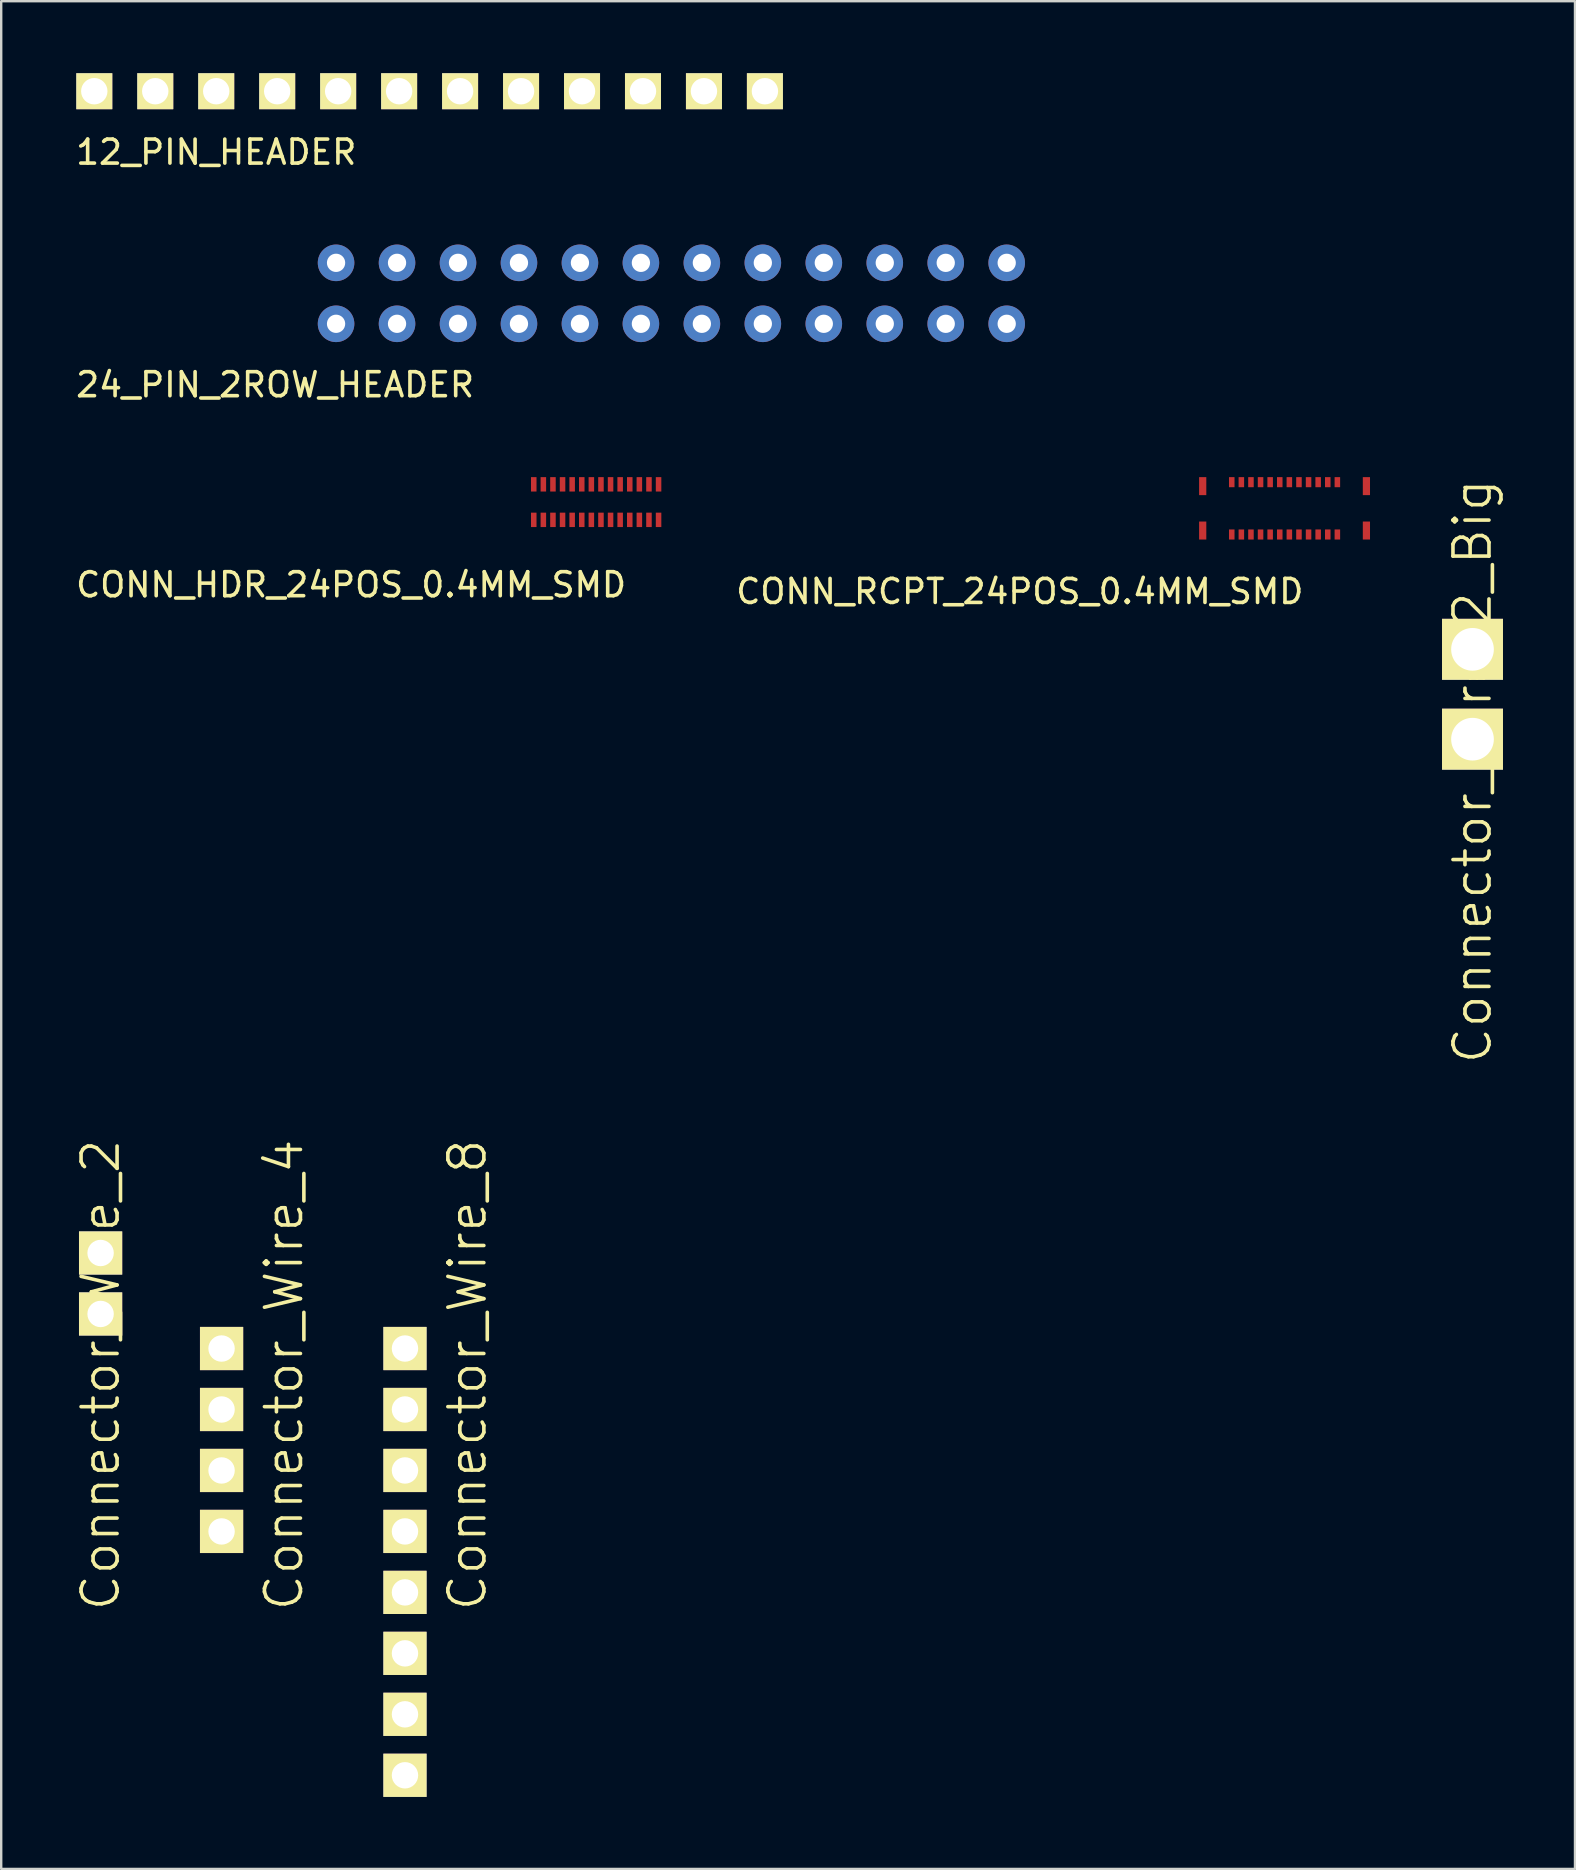
<source format=kicad_pcb>
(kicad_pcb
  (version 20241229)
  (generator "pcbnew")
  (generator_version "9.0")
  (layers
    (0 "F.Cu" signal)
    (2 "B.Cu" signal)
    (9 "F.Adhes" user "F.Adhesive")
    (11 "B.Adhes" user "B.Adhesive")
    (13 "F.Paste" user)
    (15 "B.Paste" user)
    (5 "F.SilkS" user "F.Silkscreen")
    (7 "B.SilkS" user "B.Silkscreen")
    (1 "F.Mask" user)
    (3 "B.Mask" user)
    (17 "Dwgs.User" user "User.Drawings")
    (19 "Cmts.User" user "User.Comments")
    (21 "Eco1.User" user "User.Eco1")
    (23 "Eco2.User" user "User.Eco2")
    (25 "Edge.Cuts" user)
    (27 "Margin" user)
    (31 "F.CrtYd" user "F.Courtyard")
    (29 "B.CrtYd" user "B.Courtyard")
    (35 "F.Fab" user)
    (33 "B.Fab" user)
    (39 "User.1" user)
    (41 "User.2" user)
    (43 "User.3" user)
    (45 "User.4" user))
  (footprint "CONN_RCPT_24POS_0.4MM_SMD"
    (layer "F.Cu")
    (at 47.057 19.053)
    (property "Reference" "CONN_RCPT_24POS_0.4MM_SMD" (at -7.62 2.54 0) (layer "F.SilkS") (effects (font (size 1 1) (thickness 0.15))))
    (attr through_hole)
    (pad "" connect rect (at 0 -1.85) (size 0.3 0.75) (layers "F.Cu" "F.Mask"))
    (pad "" smd rect (at 0 0) (size 0.3 0.75) (layers "F.Cu" "F.Mask" "F.Paste"))
    (pad "" smd rect (at 6.82 -1.85) (size 0.3 0.75) (layers "F.Cu" "F.Mask" "F.Paste"))
    (pad "" smd rect (at 6.82 0) (size 0.3 0.75) (layers "F.Cu" "F.Mask" "F.Paste"))
    (pad "1" smd rect (at 1.21 0.165) (size 0.23 0.42) (layers "F.Cu" "F.Mask" "F.Paste"))
    (pad "2" smd rect (at 1.61 0.165) (size 0.23 0.42) (layers "F.Cu" "F.Mask" "F.Paste"))
    (pad "3" smd rect (at 2.01 0.165) (size 0.23 0.42) (layers "F.Cu" "F.Mask" "F.Paste"))
    (pad "4" smd rect (at 2.41 0.165) (size 0.23 0.42) (layers "F.Cu" "F.Mask" "F.Paste"))
    (pad "5" smd rect (at 2.81 0.165) (size 0.23 0.42) (layers "F.Cu" "F.Mask" "F.Paste"))
    (pad "6" smd rect (at 3.21 0.165) (size 0.23 0.42) (layers "F.Cu" "F.Mask" "F.Paste"))
    (pad "7" smd rect (at 3.61 0.165) (size 0.23 0.42) (layers "F.Cu" "F.Mask" "F.Paste"))
    (pad "8" smd rect (at 4.01 0.165) (size 0.23 0.42) (layers "F.Cu" "F.Mask" "F.Paste"))
    (pad "9" smd rect (at 4.41 0.165) (size 0.23 0.42) (layers "F.Cu" "F.Mask" "F.Paste"))
    (pad "10" smd rect (at 4.81 0.165) (size 0.23 0.42) (layers "F.Cu" "F.Mask" "F.Paste"))
    (pad "11" smd rect (at 5.21 0.165) (size 0.23 0.42) (layers "F.Cu" "F.Mask" "F.Paste"))
    (pad "12" smd rect (at 5.61 0.165) (size 0.23 0.42) (layers "F.Cu" "F.Mask" "F.Paste"))
    (pad "13" smd rect (at 5.61 -2.015) (size 0.23 0.42) (layers "F.Cu" "F.Mask" "F.Paste"))
    (pad "14" smd rect (at 5.21 -2.015) (size 0.23 0.42) (layers "F.Cu" "F.Mask" "F.Paste"))
    (pad "15" smd rect (at 4.81 -2.015) (size 0.23 0.42) (layers "F.Cu" "F.Mask" "F.Paste"))
    (pad "16" smd rect (at 4.41 -2.015) (size 0.23 0.42) (layers "F.Cu" "F.Mask" "F.Paste"))
    (pad "17" smd rect (at 4.01 -2.015) (size 0.23 0.42) (layers "F.Cu" "F.Mask" "F.Paste"))
    (pad "18" smd rect (at 3.61 -2.015) (size 0.23 0.42) (layers "F.Cu" "F.Mask" "F.Paste"))
    (pad "19" smd rect (at 3.21 -2.015) (size 0.23 0.42) (layers "F.Cu" "F.Mask" "F.Paste"))
    (pad "20" smd rect (at 2.81 -2.015) (size 0.23 0.42) (layers "F.Cu" "F.Mask" "F.Paste"))
    (pad "21" smd rect (at 2.41 -2.015) (size 0.23 0.42) (layers "F.Cu" "F.Mask" "F.Paste"))
    (pad "22" smd rect (at 2.01 -2.015) (size 0.23 0.42) (layers "F.Cu" "F.Mask" "F.Paste"))
    (pad "23" smd rect (at 1.61 -2.015) (size 0.23 0.42) (layers "F.Cu" "F.Mask" "F.Paste"))
    (pad "24" smd rect (at 1.21 -2.015) (size 0.23 0.42) (layers "F.Cu" "F.Mask" "F.Paste")))
  (footprint "Connector_Wire_2"
    (layer "F.Cu")
    (at 1.141 61.852)
    (property "Reference" "Connector_Wire_2" (at 0 -7.62 90) (layer "F.SilkS") (effects (font (size 1.5 1.5) (thickness 0.15))))
    (attr through_hole)
    (pad "1" thru_hole rect (at 0 -12.7) (size 1.8 1.8) (drill 1.1) (layers "*.Cu" "*.Mask" "F.SilkS"))
    (pad "2" thru_hole rect (at 0 -10.16) (size 1.8 1.8) (drill 1.1) (layers "*.Cu" "*.Mask" "F.SilkS")))
  (footprint "Connector_Wire_4"
    (layer "F.Cu")
    (at 6.181 65.832)
    (property "Reference" "Connector_Wire_4" (at 2.6 -11.6 90) (layer "F.SilkS") (effects (font (size 1.5 1.5) (thickness 0.15))))
    (attr through_hole)
    (pad "1" thru_hole rect (at 0 -12.7) (size 1.8 1.8) (drill 1.1) (layers "*.Cu" "*.Mask" "F.SilkS"))
    (pad "2" thru_hole rect (at 0 -10.16) (size 1.8 1.8) (drill 1.1) (layers "*.Cu" "*.Mask" "F.SilkS"))
    (pad "3" thru_hole rect (at 0 -7.62) (size 1.8 1.8) (drill 1.1) (layers "*.Cu" "*.Mask" "F.SilkS"))
    (pad "4" thru_hole rect (at 0 -5.08) (size 1.8 1.8) (drill 1.1) (layers "*.Cu" "*.Mask" "F.SilkS")))
  (footprint "Connector_Wire_2_Big"
    (layer "F.Cu")
    (at 58.297 36.702)
    (property "Reference" "Connector_Wire_2_Big" (at 0 -7.62 90) (layer "F.SilkS") (effects (font (size 1.5 1.5) (thickness 0.15))))
    (attr through_hole)
    (pad "1" thru_hole rect (at 0 -12.7) (size 2.54 2.54) (drill 1.778) (layers "*.Cu" "*.Mask" "F.SilkS"))
    (pad "2" thru_hole rect (at 0 -8.956) (size 2.54 2.54) (drill 1.778) (layers "*.Cu" "*.Mask" "F.SilkS")))
  (footprint "CONN_HDR_24POS_0.4MM_SMD"
    (layer "F.Cu")
    (at 19.197 18.773)
    (property "Reference" "CONN_HDR_24POS_0.4MM_SMD" (at -7.62 2.54 0) (layer "F.SilkS") (effects (font (size 1 1) (thickness 0.15))))
    (attr through_hole)
    (pad "" smd rect (at -0.01 -1.645) (size 0.23 0.6) (layers "F.Cu" "F.Mask" "F.Paste"))
    (pad "" smd rect (at -0.01 -0.165) (size 0.23 0.6) (layers "F.Cu" "F.Mask" "F.Paste"))
    (pad "" smd rect (at 5.19 -1.645) (size 0.23 0.6) (layers "F.Cu" "F.Mask" "F.Paste"))
    (pad "" smd rect (at 5.19 -0.165) (size 0.23 0.6) (layers "F.Cu" "F.Mask" "F.Paste"))
    (pad "1" smd rect (at 0.39 -0.165) (size 0.23 0.6) (layers "F.Cu" "F.Mask" "F.Paste"))
    (pad "2" smd rect (at 0.79 -0.165) (size 0.23 0.6) (layers "F.Cu" "F.Mask" "F.Paste"))
    (pad "3" smd rect (at 1.19 -0.165) (size 0.23 0.6) (layers "F.Cu" "F.Mask" "F.Paste"))
    (pad "4" smd rect (at 1.59 -0.165) (size 0.23 0.6) (layers "F.Cu" "F.Mask" "F.Paste"))
    (pad "5" smd rect (at 1.99 -0.165) (size 0.23 0.6) (layers "F.Cu" "F.Mask" "F.Paste"))
    (pad "6" smd rect (at 2.39 -0.165) (size 0.23 0.6) (layers "F.Cu" "F.Mask" "F.Paste"))
    (pad "7" smd rect (at 2.79 -0.165) (size 0.23 0.6) (layers "F.Cu" "F.Mask" "F.Paste"))
    (pad "8" smd rect (at 3.19 -0.165) (size 0.23 0.6) (layers "F.Cu" "F.Mask" "F.Paste"))
    (pad "9" smd rect (at 3.59 -0.165) (size 0.23 0.6) (layers "F.Cu" "F.Mask" "F.Paste"))
    (pad "10" smd rect (at 3.99 -0.165) (size 0.23 0.6) (layers "F.Cu" "F.Mask" "F.Paste"))
    (pad "11" smd rect (at 4.39 -0.165) (size 0.23 0.6) (layers "F.Cu" "F.Mask" "F.Paste"))
    (pad "12" smd rect (at 4.79 -0.165) (size 0.23 0.6) (layers "F.Cu" "F.Mask" "F.Paste"))
    (pad "13" smd rect (at 4.79 -1.645) (size 0.23 0.6) (layers "F.Cu" "F.Mask" "F.Paste"))
    (pad "14" smd rect (at 4.39 -1.645) (size 0.23 0.6) (layers "F.Cu" "F.Mask" "F.Paste"))
    (pad "15" smd rect (at 3.99 -1.645) (size 0.23 0.6) (layers "F.Cu" "F.Mask" "F.Paste"))
    (pad "16" smd rect (at 3.59 -1.645) (size 0.23 0.6) (layers "F.Cu" "F.Mask" "F.Paste"))
    (pad "17" smd rect (at 3.19 -1.645) (size 0.23 0.6) (layers "F.Cu" "F.Mask" "F.Paste"))
    (pad "18" smd rect (at 2.79 -1.645) (size 0.23 0.6) (layers "F.Cu" "F.Mask" "F.Paste"))
    (pad "19" smd rect (at 2.39 -1.645) (size 0.23 0.6) (layers "F.Cu" "F.Mask" "F.Paste"))
    (pad "20" smd rect (at 1.99 -1.645) (size 0.23 0.6) (layers "F.Cu" "F.Mask" "F.Paste"))
    (pad "21" smd rect (at 1.59 -1.645) (size 0.23 0.6) (layers "F.Cu" "F.Mask" "F.Paste"))
    (pad "22" smd rect (at 1.19 -1.645) (size 0.23 0.6) (layers "F.Cu" "F.Mask" "F.Paste"))
    (pad "23" smd rect (at 0.79 -1.645) (size 0.23 0.6) (layers "F.Cu" "F.Mask" "F.Paste"))
    (pad "24" smd rect (at 0.39 -1.645) (size 0.23 0.6) (layers "F.Cu" "F.Mask" "F.Paste")))
  (footprint "Connector_Wire_8"
    (layer "F.Cu")
    (at 13.822 65.832)
    (property "Reference" "Connector_Wire_8" (at 2.6 -11.6 90) (layer "F.SilkS") (effects (font (size 1.5 1.5) (thickness 0.15))))
    (attr through_hole)
    (pad "1" thru_hole rect (at 0 -12.7) (size 1.8 1.8) (drill 1.1) (layers "*.Cu" "*.Mask" "F.SilkS"))
    (pad "2" thru_hole rect (at 0 -10.16) (size 1.8 1.8) (drill 1.1) (layers "*.Cu" "*.Mask" "F.SilkS"))
    (pad "3" thru_hole rect (at 0 -7.62) (size 1.8 1.8) (drill 1.1) (layers "*.Cu" "*.Mask" "F.SilkS"))
    (pad "4" thru_hole rect (at 0 -5.08) (size 1.8 1.8) (drill 1.1) (layers "*.Cu" "*.Mask" "F.SilkS"))
    (pad "5" thru_hole rect (at 0 -2.54) (size 1.8 1.8) (drill 1.1) (layers "*.Cu" "*.Mask" "F.SilkS"))
    (pad "6" thru_hole rect (at 0 0) (size 1.8 1.8) (drill 1.1) (layers "*.Cu" "*.Mask" "F.SilkS"))
    (pad "7" thru_hole rect (at 0 2.54) (size 1.8 1.8) (drill 1.1) (layers "*.Cu" "*.Mask" "F.SilkS"))
    (pad "8" thru_hole rect (at 0 5.08) (size 1.8 1.8) (drill 1.1) (layers "*.Cu" "*.Mask" "F.SilkS")))
  (footprint "24_PIN_2ROW_HEADER"
    (layer "F.Cu")
    (at 10.951 10.44)
    (property "Reference" "24_PIN_2ROW_HEADER" (at -2.54 2.54 0) (layer "F.SilkS") (effects (font (size 1 1) (thickness 0.15))))
    (attr through_hole)
    (pad "1" thru_hole circle (at 0 0) (size 1.524 1.524) (drill 0.762) (layers "*.Cu" "*.Mask"))
    (pad "2" thru_hole circle (at 2.54 0) (size 1.524 1.524) (drill 0.762) (layers "*.Cu" "*.Mask"))
    (pad "3" thru_hole circle (at 5.08 0) (size 1.524 1.524) (drill 0.762) (layers "*.Cu" "*.Mask"))
    (pad "4" thru_hole circle (at 7.62 0) (size 1.524 1.524) (drill 0.762) (layers "*.Cu" "*.Mask"))
    (pad "5" thru_hole circle (at 10.16 0) (size 1.524 1.524) (drill 0.762) (layers "*.Cu" "*.Mask"))
    (pad "6" thru_hole circle (at 12.7 0) (size 1.524 1.524) (drill 0.762) (layers "*.Cu" "*.Mask"))
    (pad "7" thru_hole circle (at 15.24 0) (size 1.524 1.524) (drill 0.762) (layers "*.Cu" "*.Mask"))
    (pad "8" thru_hole circle (at 17.78 0) (size 1.524 1.524) (drill 0.762) (layers "*.Cu" "*.Mask"))
    (pad "9" thru_hole circle (at 20.32 0) (size 1.524 1.524) (drill 0.762) (layers "*.Cu" "*.Mask"))
    (pad "10" thru_hole circle (at 22.86 0) (size 1.524 1.524) (drill 0.762) (layers "*.Cu" "*.Mask"))
    (pad "11" thru_hole circle (at 25.4 0) (size 1.524 1.524) (drill 0.762) (layers "*.Cu" "*.Mask"))
    (pad "12" thru_hole circle (at 27.94 0) (size 1.524 1.524) (drill 0.762) (layers "*.Cu" "*.Mask"))
    (pad "13" thru_hole circle (at 27.94 -2.54) (size 1.524 1.524) (drill 0.762) (layers "*.Cu" "*.Mask"))
    (pad "14" thru_hole circle (at 25.4 -2.54) (size 1.524 1.524) (drill 0.762) (layers "*.Cu" "*.Mask"))
    (pad "15" thru_hole circle (at 22.86 -2.54) (size 1.524 1.524) (drill 0.762) (layers "*.Cu" "*.Mask"))
    (pad "16" thru_hole circle (at 20.32 -2.54) (size 1.524 1.524) (drill 0.762) (layers "*.Cu" "*.Mask"))
    (pad "17" thru_hole circle (at 17.78 -2.54) (size 1.524 1.524) (drill 0.762) (layers "*.Cu" "*.Mask"))
    (pad "18" thru_hole circle (at 15.24 -2.54) (size 1.524 1.524) (drill 0.762) (layers "*.Cu" "*.Mask"))
    (pad "19" thru_hole circle (at 12.7 -2.54) (size 1.524 1.524) (drill 0.762) (layers "*.Cu" "*.Mask"))
    (pad "20" thru_hole circle (at 10.16 -2.54) (size 1.524 1.524) (drill 0.762) (layers "*.Cu" "*.Mask"))
    (pad "21" thru_hole circle (at 7.62 -2.54) (size 1.524 1.524) (drill 0.762) (layers "*.Cu" "*.Mask"))
    (pad "22" thru_hole circle (at 5.08 -2.54) (size 1.524 1.524) (drill 0.762) (layers "*.Cu" "*.Mask"))
    (pad "23" thru_hole circle (at 2.54 -2.54) (size 1.524 1.524) (drill 0.762) (layers "*.Cu" "*.Mask"))
    (pad "24" thru_hole circle (at 0 -2.54) (size 1.524 1.524) (drill 0.762) (layers "*.Cu" "*.Mask")))
  (footprint "12_PIN_HEADER"
    (layer "F.Cu")
    (at 5.958 3.29)
    (property "Reference" "12_PIN_HEADER" (at 0 0 0) (layer "F.SilkS") (effects (font (size 1 1) (thickness 0.15))))
    (attr through_hole)
    (pad "1" thru_hole rect (at -5.08 -2.54) (size 1.5 1.5) (drill 1.1) (layers "*.Cu" "*.Mask" "F.SilkS"))
    (pad "2" thru_hole rect (at -2.54 -2.54) (size 1.5 1.5) (drill 1.1) (layers "*.Cu" "*.Mask" "F.SilkS"))
    (pad "3" thru_hole rect (at 0 -2.54) (size 1.5 1.5) (drill 1.1) (layers "*.Cu" "*.Mask" "F.SilkS"))
    (pad "4" thru_hole rect (at 2.54 -2.54) (size 1.5 1.5) (drill 1.1) (layers "*.Cu" "*.Mask" "F.SilkS"))
    (pad "5" thru_hole rect (at 5.08 -2.54) (size 1.5 1.5) (drill 1.1) (layers "*.Cu" "*.Mask" "F.SilkS"))
    (pad "6" thru_hole rect (at 7.62 -2.54) (size 1.5 1.5) (drill 1.1) (layers "*.Cu" "*.Mask" "F.SilkS"))
    (pad "7" thru_hole rect (at 10.16 -2.54) (size 1.5 1.5) (drill 1.1) (layers "*.Cu" "*.Mask" "F.SilkS"))
    (pad "8" thru_hole rect (at 12.7 -2.54) (size 1.5 1.5) (drill 1.1) (layers "*.Cu" "*.Mask" "F.SilkS"))
    (pad "9" thru_hole rect (at 15.24 -2.54) (size 1.5 1.5) (drill 1.1) (layers "*.Cu" "*.Mask" "F.SilkS"))
    (pad "10" thru_hole rect (at 17.78 -2.54) (size 1.5 1.5) (drill 1.1) (layers "*.Cu" "*.Mask" "F.SilkS"))
    (pad "11" thru_hole rect (at 20.32 -2.54) (size 1.5 1.5) (drill 1.1) (layers "*.Cu" "*.Mask" "F.SilkS"))
    (pad "12" thru_hole rect (at 22.86 -2.54) (size 1.5 1.5) (drill 1.1) (layers "*.Cu" "*.Mask" "F.SilkS")))
  (gr_rect
    (start -3 -3)
    (end 62.567 74.812)
    (stroke (width 0.1) (type default))
    (fill no)
    (layer "Edge.Cuts")))
</source>
